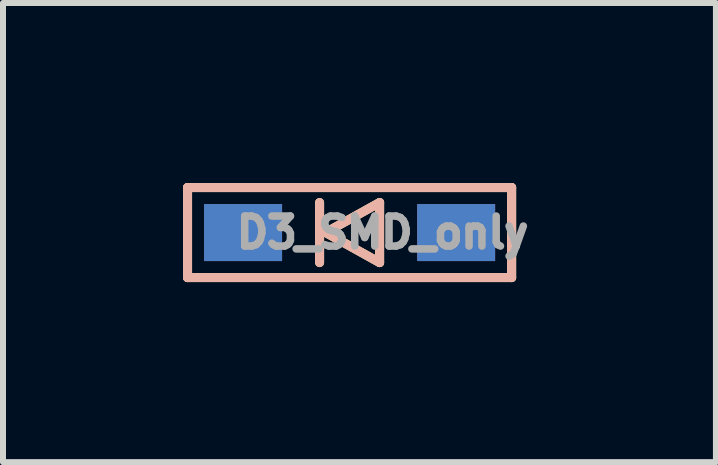
<source format=kicad_pcb>
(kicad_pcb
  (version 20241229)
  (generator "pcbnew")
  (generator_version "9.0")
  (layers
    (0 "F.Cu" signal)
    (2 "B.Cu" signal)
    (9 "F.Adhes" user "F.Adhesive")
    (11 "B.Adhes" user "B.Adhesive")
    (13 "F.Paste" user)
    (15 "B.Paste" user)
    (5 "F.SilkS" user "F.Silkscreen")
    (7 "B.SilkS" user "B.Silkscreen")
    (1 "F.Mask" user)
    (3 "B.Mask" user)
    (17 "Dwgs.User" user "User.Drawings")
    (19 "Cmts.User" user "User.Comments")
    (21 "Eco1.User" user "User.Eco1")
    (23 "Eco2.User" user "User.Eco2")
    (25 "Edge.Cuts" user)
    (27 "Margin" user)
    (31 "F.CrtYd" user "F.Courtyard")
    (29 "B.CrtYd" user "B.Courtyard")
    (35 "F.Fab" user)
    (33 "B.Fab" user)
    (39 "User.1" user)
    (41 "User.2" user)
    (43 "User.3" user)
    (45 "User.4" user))
  (footprint "D3_SMD_only"
    (layer "F.Cu")
    (at 2.775 0.825)
    (property "Reference" "D3_SMD_only" (at 0.55 0 180) (layer "F.Fab") (effects (font (size 0.5 0.5) (thickness 0.125))))
    (attr through_hole)
    (fp_line (start -2.7 -0.75) (end -2.7 0.75) (stroke (width 0.15) (type solid)) (layer "F.SilkS"))
    (fp_line (start -2.7 0.75) (end 2.7 0.75) (stroke (width 0.15) (type solid)) (layer "F.SilkS"))
    (fp_line (start -0.5 -0.5) (end -0.5 0.5) (stroke (width 0.15) (type solid)) (layer "F.SilkS"))
    (fp_line (start -0.4 0) (end 0.5 -0.5) (stroke (width 0.15) (type solid)) (layer "F.SilkS"))
    (fp_line (start 0.5 -0.5) (end 0.5 0.5) (stroke (width 0.15) (type solid)) (layer "F.SilkS"))
    (fp_line (start 0.5 0.5) (end -0.4 0) (stroke (width 0.15) (type solid)) (layer "F.SilkS"))
    (fp_line (start 2.7 -0.75) (end -2.7 -0.75) (stroke (width 0.15) (type solid)) (layer "F.SilkS"))
    (fp_line (start 2.7 0.75) (end 2.7 -0.75) (stroke (width 0.15) (type solid)) (layer "F.SilkS"))
    (fp_line (start -2.7 -0.75) (end -2.7 0.75) (stroke (width 0.15) (type solid)) (layer "B.SilkS"))
    (fp_line (start -2.7 0.75) (end 2.7 0.75) (stroke (width 0.15) (type solid)) (layer "B.SilkS"))
    (fp_line (start -0.5 -0.5) (end -0.5 0.5) (stroke (width 0.15) (type solid)) (layer "B.SilkS"))
    (fp_line (start -0.4 0) (end 0.5 -0.5) (stroke (width 0.15) (type solid)) (layer "B.SilkS"))
    (fp_line (start 0.5 -0.5) (end 0.5 0.5) (stroke (width 0.15) (type solid)) (layer "B.SilkS"))
    (fp_line (start 0.5 0.5) (end -0.4 0) (stroke (width 0.15) (type solid)) (layer "B.SilkS"))
    (fp_line (start 2.7 -0.75) (end -2.7 -0.75) (stroke (width 0.15) (type solid)) (layer "B.SilkS"))
    (fp_line (start 2.7 0.75) (end 2.7 -0.75) (stroke (width 0.15) (type solid)) (layer "B.SilkS"))
    (pad "1" smd rect (at -1.775 0) (size 1.3 0.95) (layers "F.Cu" "F.Mask" "F.Paste"))
    (pad "1" smd rect (at -1.775 0) (size 1.3 0.95) (layers "B.Cu" "B.Mask" "B.Paste"))
    (pad "2" smd rect (at 1.775 0) (size 1.3 0.95) (layers "F.Cu" "F.Mask" "F.Paste"))
    (pad "2" smd rect (at 1.775 0) (size 1.3 0.95) (layers "B.Cu" "B.Mask" "B.Paste")))
  (gr_rect
    (start -3 -3)
    (end 8.879 4.65)
    (stroke (width 0.1) (type default))
    (fill no)
    (layer "Edge.Cuts")))
</source>
